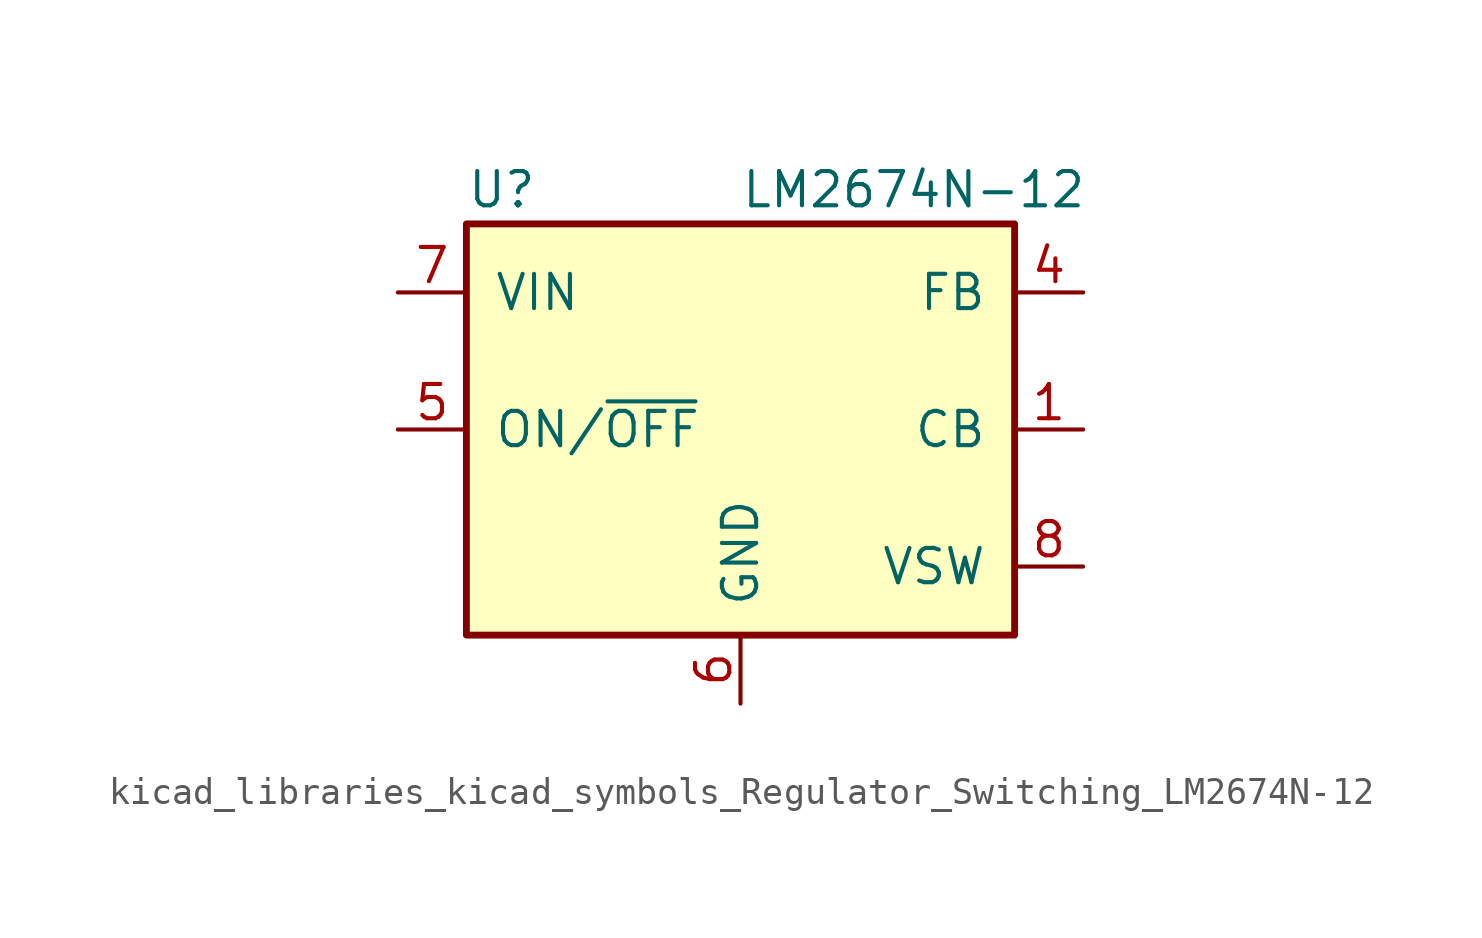
<source format=kicad_sym>
(kicad_symbol_lib
  (version 20220914)
  (generator kicad_symbol_editor)
  (symbol "kicad_libraries_kicad_symbols_Regulator_Switching_LM2674N-12"
    (pin_names
      (offset 1.016))
    (property "Reference" "U"
      (at -10.16 8.89 0)
      (effects (font (size 1.27 1.27)) (justify left)))
    (property "Value" "LM2674N-12"
      (at 0 8.89 0)
      (effects (font (size 1.27 1.27)) (justify left)))
    (symbol "kicad_libraries_kicad_symbols_Regulator_Switching_LM2674N-12_0_1"
      (rectangle (start -10.16 7.62) (end 10.16 -7.62) (stroke (width 0.254) (type default)) (fill (type background))))
    (symbol "kicad_libraries_kicad_symbols_Regulator_Switching_LM2674N-12_1_1"
      (pin input line (at 12.7 0 180) (length 2.54) (name "CB" (effects (font (size 1.27 1.27)))) (number "1" (effects (font (size 1.27 1.27)))))
      (pin no_connect line (at -10.16 -2.54 0) (length 2.54) hide (name "NC" (effects (font (size 1.27 1.27)))) (number "2" (effects (font (size 1.27 1.27)))))
      (pin no_connect line (at -10.16 -5.08 0) (length 2.54) hide (name "NC" (effects (font (size 1.27 1.27)))) (number "3" (effects (font (size 1.27 1.27)))))
      (pin input line (at 12.7 5.08 180) (length 2.54) (name "FB" (effects (font (size 1.27 1.27)))) (number "4" (effects (font (size 1.27 1.27)))))
      (pin input line (at -12.7 0 0) (length 2.54) (name "ON/~{OFF}" (effects (font (size 1.27 1.27)))) (number "5" (effects (font (size 1.27 1.27)))))
      (pin power_in line (at 0 -10.16 90) (length 2.54) (name "GND" (effects (font (size 1.27 1.27)))) (number "6" (effects (font (size 1.27 1.27)))))
      (pin power_in line (at -12.7 5.08 0) (length 2.54) (name "VIN" (effects (font (size 1.27 1.27)))) (number "7" (effects (font (size 1.27 1.27)))))
      (pin output line (at 12.7 -5.08 180) (length 2.54) (name "VSW" (effects (font (size 1.27 1.27)))) (number "8" (effects (font (size 1.27 1.27))))))))
</source>
